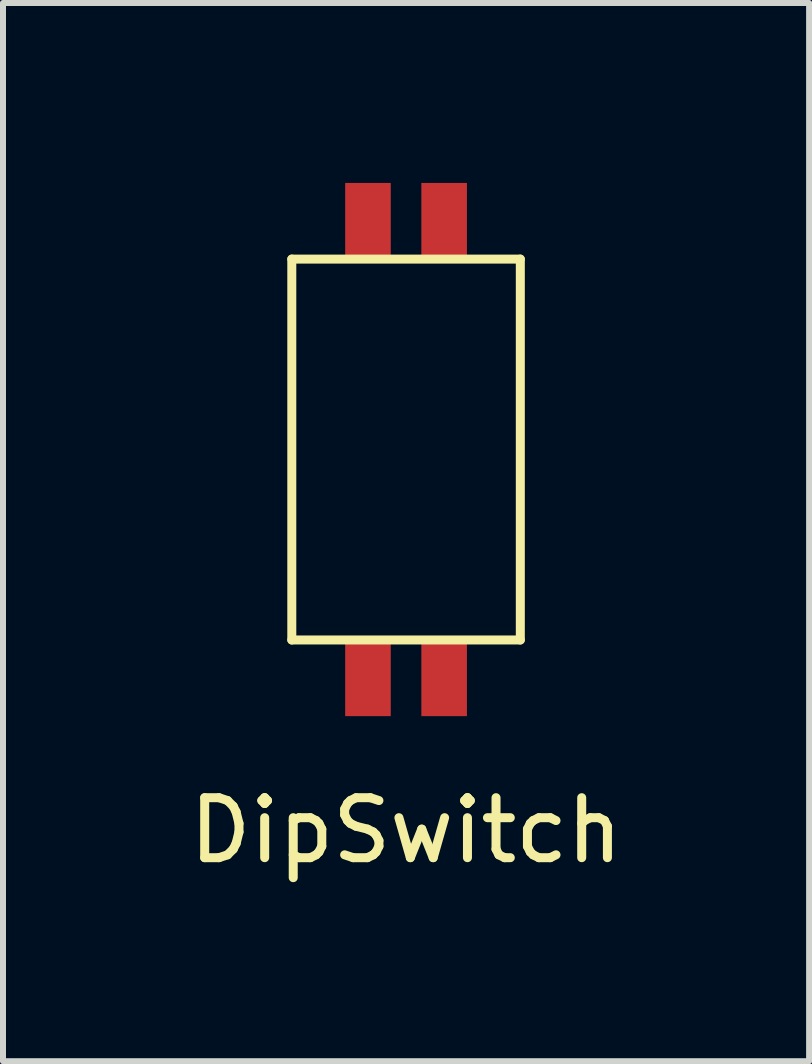
<source format=kicad_pcb>
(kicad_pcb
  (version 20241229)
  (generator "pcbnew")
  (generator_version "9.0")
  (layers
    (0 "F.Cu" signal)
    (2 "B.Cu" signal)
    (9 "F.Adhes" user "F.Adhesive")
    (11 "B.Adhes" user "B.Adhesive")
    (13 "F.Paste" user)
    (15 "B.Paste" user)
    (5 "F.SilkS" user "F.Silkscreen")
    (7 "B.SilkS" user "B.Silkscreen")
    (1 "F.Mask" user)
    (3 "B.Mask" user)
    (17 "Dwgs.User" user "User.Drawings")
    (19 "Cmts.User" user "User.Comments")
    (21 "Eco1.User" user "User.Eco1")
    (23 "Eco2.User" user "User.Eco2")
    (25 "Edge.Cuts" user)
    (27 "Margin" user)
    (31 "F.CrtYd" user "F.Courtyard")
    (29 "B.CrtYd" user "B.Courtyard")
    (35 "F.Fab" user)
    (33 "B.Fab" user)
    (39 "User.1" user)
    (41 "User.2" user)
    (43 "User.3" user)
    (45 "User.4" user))
  (footprint "DipSwitch"
    (layer "F.Cu")
    (at 3.72 4.445)
    (property "Reference" "DipSwitch" (at 0 6.35 0) (layer "F.SilkS") (effects (font (size 1 1) (thickness 0.15))))
    (attr through_hole)
    (fp_line (start -1.905 -3.175) (end 1.905 -3.175) (stroke (width 0.15) (type solid)) (layer "F.SilkS"))
    (fp_line (start -1.905 3.175) (end -1.905 -3.175) (stroke (width 0.15) (type solid)) (layer "F.SilkS"))
    (fp_line (start 1.905 -3.175) (end 1.905 3.175) (stroke (width 0.15) (type solid)) (layer "F.SilkS"))
    (fp_line (start 1.905 3.175) (end -1.905 3.175) (stroke (width 0.15) (type solid)) (layer "F.SilkS"))
    (pad "1" smd rect (at 0.635 -3.81) (size 0.76 1.27) (layers "F.Cu" "F.Mask" "F.Paste"))
    (pad "2" smd rect (at -0.635 -3.81) (size 0.76 1.27) (layers "F.Cu" "F.Mask" "F.Paste"))
    (pad "3" smd rect (at -0.635 3.81) (size 0.76 1.27) (layers "F.Cu" "F.Mask" "F.Paste"))
    (pad "4" smd rect (at 0.635 3.81) (size 0.76 1.27) (layers "F.Cu" "F.Mask" "F.Paste")))
  (gr_rect
    (start -3 -3)
    (end 10.44 14.643)
    (stroke (width 0.1) (type default))
    (fill no)
    (layer "Edge.Cuts")))
</source>
